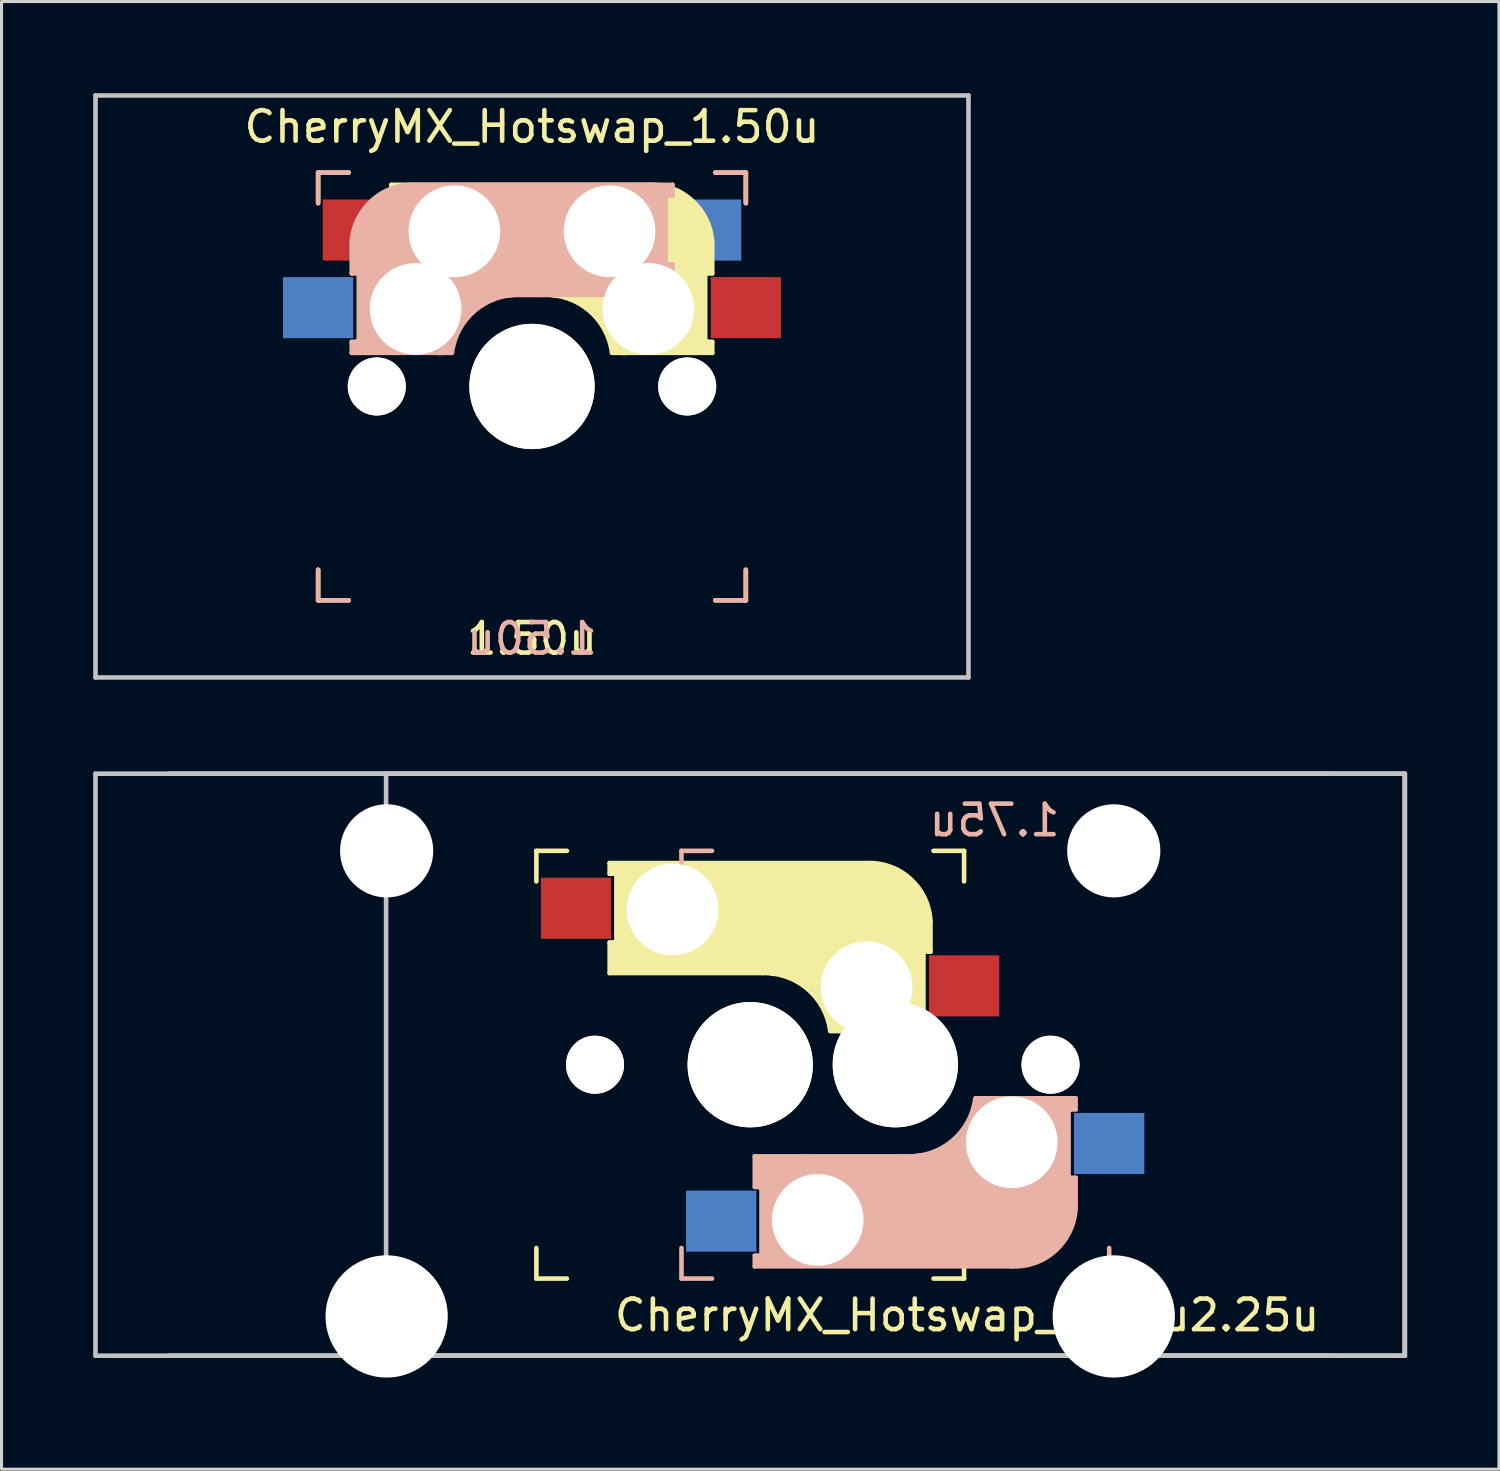
<source format=kicad_pcb>
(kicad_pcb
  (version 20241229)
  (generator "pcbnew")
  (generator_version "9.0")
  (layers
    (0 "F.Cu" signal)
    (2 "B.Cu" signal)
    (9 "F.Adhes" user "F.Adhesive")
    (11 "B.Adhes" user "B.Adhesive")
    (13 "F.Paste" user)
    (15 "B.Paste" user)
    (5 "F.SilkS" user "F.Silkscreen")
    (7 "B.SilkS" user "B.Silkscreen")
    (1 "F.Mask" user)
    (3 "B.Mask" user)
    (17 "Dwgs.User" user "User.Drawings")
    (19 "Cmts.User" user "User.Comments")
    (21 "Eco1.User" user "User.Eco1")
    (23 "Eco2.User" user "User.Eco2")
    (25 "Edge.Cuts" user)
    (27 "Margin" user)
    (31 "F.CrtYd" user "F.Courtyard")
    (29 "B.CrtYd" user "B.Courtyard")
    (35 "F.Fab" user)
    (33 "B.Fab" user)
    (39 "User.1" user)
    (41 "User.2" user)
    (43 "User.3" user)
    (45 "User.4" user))
  (footprint "CherryMX_Hotswap_1.75u2.25u"
    (layer "F.Cu")
    (at 21.506 31.8)
    (property "Reference" "CherryMX_Hotswap_1.75u2.25u" (at 7.1 8.2 0) (layer "F.SilkS") (effects (font (size 1 1) (thickness 0.15))))
    (attr through_hole)
    (fp_line (start -7 -7) (end -6 -7) (stroke (width 0.15) (type solid)) (layer "F.SilkS"))
    (fp_line (start -7 -6) (end -7 -7) (stroke (width 0.15) (type solid)) (layer "F.SilkS"))
    (fp_line (start -7 6) (end -7 7) (stroke (width 0.15) (type solid)) (layer "F.SilkS"))
    (fp_line (start -7 7) (end -6 7) (stroke (width 0.15) (type solid)) (layer "F.SilkS"))
    (fp_line (start -4.6 -6.6) (end 3.8 -6.6) (stroke (width 0.15) (type solid)) (layer "F.SilkS"))
    (fp_line (start -4.6 -6.25) (end -4.6 -6.6) (stroke (width 0.15) (type solid)) (layer "F.SilkS"))
    (fp_line (start -4.6 -4) (end -4.4 -4) (stroke (width 0.15) (type solid)) (layer "F.SilkS"))
    (fp_line (start -4.6 -3) (end -4.6 -4) (stroke (width 0.15) (type solid)) (layer "F.SilkS"))
    (fp_line (start -4.4 -6.4) (end -3 -6.4) (stroke (width 0.4) (type solid)) (layer "F.SilkS"))
    (fp_line (start -4.4 -6.25) (end -4.6 -6.25) (stroke (width 0.15) (type solid)) (layer "F.SilkS"))
    (fp_line (start -4.4 -3.9) (end -4.4 -3.2) (stroke (width 0.4) (type solid)) (layer "F.SilkS"))
    (fp_line (start -4.38 -4) (end -4.38 -6.25) (stroke (width 0.15) (type solid)) (layer "F.SilkS"))
    (fp_line (start -4.3 -3.3) (end -2.9 -3.3) (stroke (width 0.5) (type solid)) (layer "F.SilkS"))
    (fp_line (start -3.9 -6) (end -3.9 -3.5) (stroke (width 1) (type solid)) (layer "F.SilkS"))
    (fp_line (start -2.6 -4.8) (end 4.1 -4.8) (stroke (width 3.5) (type solid)) (layer "F.SilkS"))
    (fp_line (start 0.4 -3) (end -4.6 -3) (stroke (width 0.15) (type solid)) (layer "F.SilkS"))
    (fp_line (start 4.17 -5.1) (end 4.17 -2.86) (stroke (width 3) (type solid)) (layer "F.SilkS"))
    (fp_line (start 5.3 -1.6) (end 5.3 -3.4) (stroke (width 0.8) (type solid)) (layer "F.SilkS"))
    (fp_line (start 5.67 -3.7) (end 5.67 -1.46) (stroke (width 0.15) (type solid)) (layer "F.SilkS"))
    (fp_line (start 5.7 -1.46) (end 5.9 -1.46) (stroke (width 0.15) (type solid)) (layer "F.SilkS"))
    (fp_line (start 5.7 -1.3) (end 3 -1.3) (stroke (width 0.5) (type solid)) (layer "F.SilkS"))
    (fp_line (start 5.8 -3.8) (end 5.8 -4.7) (stroke (width 0.3) (type solid)) (layer "F.SilkS"))
    (fp_line (start 5.9 -4.7) (end 5.9 -3.7) (stroke (width 0.15) (type solid)) (layer "F.SilkS"))
    (fp_line (start 5.9 -3.7) (end 5.7 -3.7) (stroke (width 0.15) (type solid)) (layer "F.SilkS"))
    (fp_line (start 5.9 -1.1) (end 2.62 -1.1) (stroke (width 0.15) (type solid)) (layer "F.SilkS"))
    (fp_line (start 5.9 -1.1) (end 5.9 -1.46) (stroke (width 0.15) (type solid)) (layer "F.SilkS"))
    (fp_line (start 6 7) (end 7 7) (stroke (width 0.15) (type solid)) (layer "F.SilkS"))
    (fp_line (start 7 -7) (end 6 -7) (stroke (width 0.15) (type solid)) (layer "F.SilkS"))
    (fp_line (start 7 -7) (end 7 -6) (stroke (width 0.15) (type solid)) (layer "F.SilkS"))
    (fp_line (start 7 7) (end 7 6) (stroke (width 0.15) (type solid)) (layer "F.SilkS"))
    (fp_arc (start 0.4 -3) (mid 1.868709 -2.486118) (end 2.616318 -1.121471) (stroke (width 0.15) (type solid)) (layer "F.SilkS"))
    (fp_arc (start 0.8 -3.4) (mid 2.268709 -2.886118) (end 3.016318 -1.521471) (stroke (width 1) (type solid)) (layer "F.SilkS"))
    (fp_arc (start 3.8 -6.600001) (mid 5.243504 -6.084925) (end 5.900001 -4.7) (stroke (width 0.15) (type solid)) (layer "F.SilkS"))
    (fp_line (start -2.25 -7) (end -2.25 -6) (stroke (width 0.15) (type solid)) (layer "B.SilkS"))
    (fp_line (start -2.25 7) (end -2.25 6) (stroke (width 0.15) (type solid)) (layer "B.SilkS"))
    (fp_line (start -2.25 7) (end -1.25 7) (stroke (width 0.15) (type solid)) (layer "B.SilkS"))
    (fp_line (start -1.25 -7) (end -2.25 -7) (stroke (width 0.15) (type solid)) (layer "B.SilkS"))
    (fp_line (start 0.15 3) (end 0.15 4) (stroke (width 0.15) (type solid)) (layer "B.SilkS"))
    (fp_line (start 0.15 4) (end 0.35 4) (stroke (width 0.15) (type solid)) (layer "B.SilkS"))
    (fp_line (start 0.15 6.25) (end 0.15 6.6) (stroke (width 0.15) (type solid)) (layer "B.SilkS"))
    (fp_line (start 0.15 6.6) (end 8.55 6.6) (stroke (width 0.15) (type solid)) (layer "B.SilkS"))
    (fp_line (start 0.35 3.9) (end 0.35 3.2) (stroke (width 0.4) (type solid)) (layer "B.SilkS"))
    (fp_line (start 0.35 6.25) (end 0.15 6.25) (stroke (width 0.15) (type solid)) (layer "B.SilkS"))
    (fp_line (start 0.35 6.4) (end 1.75 6.4) (stroke (width 0.4) (type solid)) (layer "B.SilkS"))
    (fp_line (start 0.37 4) (end 0.37 6.25) (stroke (width 0.15) (type solid)) (layer "B.SilkS"))
    (fp_line (start 0.45 3.3) (end 1.85 3.3) (stroke (width 0.5) (type solid)) (layer "B.SilkS"))
    (fp_line (start 0.85 6) (end 0.85 3.5) (stroke (width 1) (type solid)) (layer "B.SilkS"))
    (fp_line (start 2.15 4.8) (end 8.85 4.8) (stroke (width 3.5) (type solid)) (layer "B.SilkS"))
    (fp_line (start 5.15 3) (end 0.15 3) (stroke (width 0.15) (type solid)) (layer "B.SilkS"))
    (fp_line (start 8.92 5.1) (end 8.92 2.86) (stroke (width 3) (type solid)) (layer "B.SilkS"))
    (fp_line (start 10.05 1.6) (end 10.05 3.4) (stroke (width 0.8) (type solid)) (layer "B.SilkS"))
    (fp_line (start 10.42 3.7) (end 10.42 1.46) (stroke (width 0.15) (type solid)) (layer "B.SilkS"))
    (fp_line (start 10.45 1.3) (end 7.75 1.3) (stroke (width 0.5) (type solid)) (layer "B.SilkS"))
    (fp_line (start 10.45 1.46) (end 10.65 1.46) (stroke (width 0.15) (type solid)) (layer "B.SilkS"))
    (fp_line (start 10.55 3.8) (end 10.55 4.7) (stroke (width 0.3) (type solid)) (layer "B.SilkS"))
    (fp_line (start 10.65 1.1) (end 7.37 1.1) (stroke (width 0.15) (type solid)) (layer "B.SilkS"))
    (fp_line (start 10.65 1.1) (end 10.65 1.46) (stroke (width 0.15) (type solid)) (layer "B.SilkS"))
    (fp_line (start 10.65 3.7) (end 10.45 3.7) (stroke (width 0.15) (type solid)) (layer "B.SilkS"))
    (fp_line (start 10.65 4.7) (end 10.65 3.7) (stroke (width 0.15) (type solid)) (layer "B.SilkS"))
    (fp_line (start 11.75 -7) (end 10.75 -7) (stroke (width 0.15) (type solid)) (layer "B.SilkS"))
    (fp_line (start 11.75 -6) (end 11.75 -7) (stroke (width 0.15) (type solid)) (layer "B.SilkS"))
    (fp_line (start 11.75 6) (end 11.75 7) (stroke (width 0.15) (type solid)) (layer "B.SilkS"))
    (fp_line (start 11.75 7) (end 10.75 7) (stroke (width 0.15) (type solid)) (layer "B.SilkS"))
    (fp_arc (start 7.366318 1.121471) (mid 6.618709 2.486118) (end 5.15 3) (stroke (width 0.15) (type solid)) (layer "B.SilkS"))
    (fp_arc (start 7.766318 1.521471) (mid 7.018709 2.886118) (end 5.55 3.4) (stroke (width 1) (type solid)) (layer "B.SilkS"))
    (fp_arc (start 10.65 4.699999) (mid 9.993504 6.084924) (end 8.550001 6.6) (stroke (width 0.15) (type solid)) (layer "B.SilkS"))
    (fp_line (start -21.431 -9.525) (end 21.431 -9.525) (stroke (width 0.15) (type solid)) (layer "Dwgs.User"))
    (fp_line (start -21.431 9.525) (end -21.431 -9.525) (stroke (width 0.15) (type solid)) (layer "Dwgs.User"))
    (fp_line (start -19.05 -9.525) (end 19.05 -9.525) (stroke (width 0.15) (type solid)) (layer "Dwgs.User"))
    (fp_line (start -11.919 -9.525) (end 21.419 -9.525) (stroke (width 0.15) (type solid)) (layer "Dwgs.User"))
    (fp_line (start -11.919 9.525) (end -11.919 -9.525) (stroke (width 0.15) (type solid)) (layer "Dwgs.User"))
    (fp_line (start 19.05 9.525) (end -19.05 9.525) (stroke (width 0.15) (type solid)) (layer "Dwgs.User"))
    (fp_line (start 21.419 -9.525) (end 21.419 9.525) (stroke (width 0.15) (type solid)) (layer "Dwgs.User"))
    (fp_line (start 21.419 9.525) (end -11.919 9.525) (stroke (width 0.15) (type solid)) (layer "Dwgs.User"))
    (fp_line (start 21.431 -9.525) (end 21.431 9.525) (stroke (width 0.15) (type solid)) (layer "Dwgs.User"))
    (fp_line (start 21.431 9.525) (end -21.431 9.525) (stroke (width 0.15) (type solid)) (layer "Dwgs.User"))
    (fp_text user "1.75u" (at 8 -8 180) (layer "B.SilkS") (effects (font (size 1 1) (thickness 0.15)) (justify mirror)))
    (pad "" np_thru_hole circle (at -11.9 -7) (size 3.05 3.05) (drill 3.05) (layers "*.Cu" "*.Mask"))
    (pad "" np_thru_hole circle (at -11.9 8.24) (size 4 4) (drill 4) (layers "*.Cu" "*.Mask"))
    (pad "" np_thru_hole circle (at -5.08 0) (size 1.9 1.9) (drill 1.9) (layers "*.Cu" "*.Mask" "F.SilkS"))
    (pad "" np_thru_hole circle (at -2.54 -5.08 180) (size 3 3) (drill 3) (layers "*.Cu" "*.Mask"))
    (pad "" np_thru_hole circle (at -0.33 0 180) (size 1.9 1.9) (drill 1.9) (layers "*.Cu" "*.Mask" "F.SilkS"))
    (pad "" np_thru_hole circle (at 0 0 90) (size 4.1 4.1) (drill 4.1) (layers "*.Cu" "*.Mask" "F.SilkS"))
    (pad "" np_thru_hole circle (at 2.21 5.08) (size 3 3) (drill 3) (layers "*.Cu" "*.Mask"))
    (pad "" np_thru_hole circle (at 3.81 -2.54 180) (size 3 3) (drill 3) (layers "*.Cu" "*.Mask"))
    (pad "" np_thru_hole circle (at 4.75 0 270) (size 4.1 4.1) (drill 4.1) (layers "*.Cu" "*.Mask" "F.SilkS"))
    (pad "" np_thru_hole circle (at 5.08 0) (size 1.9 1.9) (drill 1.9) (layers "*.Cu" "*.Mask" "F.SilkS"))
    (pad "" np_thru_hole circle (at 8.56 2.54) (size 3 3) (drill 3) (layers "*.Cu" "*.Mask"))
    (pad "" np_thru_hole circle (at 9.83 0 180) (size 1.9 1.9) (drill 1.9) (layers "*.Cu" "*.Mask" "F.SilkS"))
    (pad "" np_thru_hole circle (at 11.9 -7) (size 3.05 3.05) (drill 3.05) (layers "*.Cu" "*.Mask"))
    (pad "" np_thru_hole circle (at 11.9 8.24) (size 4 4) (drill 4) (layers "*.Cu" "*.Mask"))
    (pad "1" smd rect (at 7 -2.58 180) (size 2.3 2) (layers "F.Cu" "F.Mask" "F.Paste"))
    (pad "1" smd rect (at 11.75 2.58) (size 2.3 2) (layers "B.Cu" "B.Mask" "B.Paste"))
    (pad "2" smd rect (at -5.7 -5.12 180) (size 2.3 2) (layers "F.Cu" "F.Mask" "F.Paste"))
    (pad "2" smd rect (at -0.95 5.12) (size 2.3 2) (layers "B.Cu" "B.Mask" "B.Paste")))
  (footprint "CherryMX_Hotswap_1.50u"
    (layer "F.Cu")
    (at 14.363 9.6)
    (property "Reference" "CherryMX_Hotswap_1.50u" (at 0 -8.5 0) (layer "F.SilkS") (effects (font (size 1 1) (thickness 0.15))))
    (attr through_hole)
    (fp_line (start -7 -7) (end -6 -7) (stroke (width 0.15) (type solid)) (layer "F.SilkS"))
    (fp_line (start -7 -6) (end -7 -7) (stroke (width 0.15) (type solid)) (layer "F.SilkS"))
    (fp_line (start -7 6) (end -7 7) (stroke (width 0.15) (type solid)) (layer "F.SilkS"))
    (fp_line (start -7 7) (end -6 7) (stroke (width 0.15) (type solid)) (layer "F.SilkS"))
    (fp_line (start -4.6 -6.6) (end 3.8 -6.6) (stroke (width 0.15) (type solid)) (layer "F.SilkS"))
    (fp_line (start -4.6 -6.25) (end -4.6 -6.6) (stroke (width 0.15) (type solid)) (layer "F.SilkS"))
    (fp_line (start -4.6 -4) (end -4.4 -4) (stroke (width 0.15) (type solid)) (layer "F.SilkS"))
    (fp_line (start -4.6 -3) (end -4.6 -4) (stroke (width 0.15) (type solid)) (layer "F.SilkS"))
    (fp_line (start -4.4 -6.4) (end -3 -6.4) (stroke (width 0.4) (type solid)) (layer "F.SilkS"))
    (fp_line (start -4.4 -6.25) (end -4.6 -6.25) (stroke (width 0.15) (type solid)) (layer "F.SilkS"))
    (fp_line (start -4.4 -3.9) (end -4.4 -3.2) (stroke (width 0.4) (type solid)) (layer "F.SilkS"))
    (fp_line (start -4.38 -4) (end -4.38 -6.25) (stroke (width 0.15) (type solid)) (layer "F.SilkS"))
    (fp_line (start -4.3 -3.3) (end -2.9 -3.3) (stroke (width 0.5) (type solid)) (layer "F.SilkS"))
    (fp_line (start -3.9 -6) (end -3.9 -3.5) (stroke (width 1) (type solid)) (layer "F.SilkS"))
    (fp_line (start -2.6 -4.8) (end 4.1 -4.8) (stroke (width 3.5) (type solid)) (layer "F.SilkS"))
    (fp_line (start 0.4 -3) (end -4.6 -3) (stroke (width 0.15) (type solid)) (layer "F.SilkS"))
    (fp_line (start 4.17 -5.1) (end 4.17 -2.86) (stroke (width 3) (type solid)) (layer "F.SilkS"))
    (fp_line (start 5.3 -1.6) (end 5.3 -3.4) (stroke (width 0.8) (type solid)) (layer "F.SilkS"))
    (fp_line (start 5.67 -3.7) (end 5.67 -1.46) (stroke (width 0.15) (type solid)) (layer "F.SilkS"))
    (fp_line (start 5.7 -1.46) (end 5.9 -1.46) (stroke (width 0.15) (type solid)) (layer "F.SilkS"))
    (fp_line (start 5.7 -1.3) (end 3 -1.3) (stroke (width 0.5) (type solid)) (layer "F.SilkS"))
    (fp_line (start 5.8 -3.8) (end 5.8 -4.7) (stroke (width 0.3) (type solid)) (layer "F.SilkS"))
    (fp_line (start 5.9 -4.7) (end 5.9 -3.7) (stroke (width 0.15) (type solid)) (layer "F.SilkS"))
    (fp_line (start 5.9 -3.7) (end 5.7 -3.7) (stroke (width 0.15) (type solid)) (layer "F.SilkS"))
    (fp_line (start 5.9 -1.1) (end 2.62 -1.1) (stroke (width 0.15) (type solid)) (layer "F.SilkS"))
    (fp_line (start 5.9 -1.1) (end 5.9 -1.46) (stroke (width 0.15) (type solid)) (layer "F.SilkS"))
    (fp_line (start 6 7) (end 7 7) (stroke (width 0.15) (type solid)) (layer "F.SilkS"))
    (fp_line (start 7 -7) (end 6 -7) (stroke (width 0.15) (type solid)) (layer "F.SilkS"))
    (fp_line (start 7 -7) (end 7 -6) (stroke (width 0.15) (type solid)) (layer "F.SilkS"))
    (fp_line (start 7 7) (end 7 6) (stroke (width 0.15) (type solid)) (layer "F.SilkS"))
    (fp_arc (start 0.4 -3) (mid 1.868709 -2.486118) (end 2.616318 -1.121471) (stroke (width 0.15) (type solid)) (layer "F.SilkS"))
    (fp_arc (start 0.8 -3.4) (mid 2.268709 -2.886118) (end 3.016318 -1.521471) (stroke (width 1) (type solid)) (layer "F.SilkS"))
    (fp_arc (start 3.8 -6.600001) (mid 5.243504 -6.084925) (end 5.900001 -4.7) (stroke (width 0.15) (type solid)) (layer "F.SilkS"))
    (fp_line (start -7 -7) (end -6 -7) (stroke (width 0.15) (type solid)) (layer "B.SilkS"))
    (fp_line (start -7 -6) (end -7 -7) (stroke (width 0.15) (type solid)) (layer "B.SilkS"))
    (fp_line (start -7 6) (end -7 7) (stroke (width 0.15) (type solid)) (layer "B.SilkS"))
    (fp_line (start -7 7) (end -6 7) (stroke (width 0.15) (type solid)) (layer "B.SilkS"))
    (fp_line (start -5.9 -4.7) (end -5.9 -3.7) (stroke (width 0.15) (type solid)) (layer "B.SilkS"))
    (fp_line (start -5.9 -3.7) (end -5.7 -3.7) (stroke (width 0.15) (type solid)) (layer "B.SilkS"))
    (fp_line (start -5.9 -1.1) (end -5.9 -1.46) (stroke (width 0.15) (type solid)) (layer "B.SilkS"))
    (fp_line (start -5.9 -1.1) (end -2.62 -1.1) (stroke (width 0.15) (type solid)) (layer "B.SilkS"))
    (fp_line (start -5.8 -3.8) (end -5.8 -4.7) (stroke (width 0.3) (type solid)) (layer "B.SilkS"))
    (fp_line (start -5.7 -1.46) (end -5.9 -1.46) (stroke (width 0.15) (type solid)) (layer "B.SilkS"))
    (fp_line (start -5.7 -1.3) (end -3 -1.3) (stroke (width 0.5) (type solid)) (layer "B.SilkS"))
    (fp_line (start -5.67 -3.7) (end -5.67 -1.46) (stroke (width 0.15) (type solid)) (layer "B.SilkS"))
    (fp_line (start -5.3 -1.6) (end -5.3 -3.4) (stroke (width 0.8) (type solid)) (layer "B.SilkS"))
    (fp_line (start -4.17 -5.1) (end -4.17 -2.86) (stroke (width 3) (type solid)) (layer "B.SilkS"))
    (fp_line (start -0.4 -3) (end 4.6 -3) (stroke (width 0.15) (type solid)) (layer "B.SilkS"))
    (fp_line (start 2.6 -4.8) (end -4.1 -4.8) (stroke (width 3.5) (type solid)) (layer "B.SilkS"))
    (fp_line (start 3.9 -6) (end 3.9 -3.5) (stroke (width 1) (type solid)) (layer "B.SilkS"))
    (fp_line (start 4.3 -3.3) (end 2.9 -3.3) (stroke (width 0.5) (type solid)) (layer "B.SilkS"))
    (fp_line (start 4.38 -4) (end 4.38 -6.25) (stroke (width 0.15) (type solid)) (layer "B.SilkS"))
    (fp_line (start 4.4 -6.4) (end 3 -6.4) (stroke (width 0.4) (type solid)) (layer "B.SilkS"))
    (fp_line (start 4.4 -6.25) (end 4.6 -6.25) (stroke (width 0.15) (type solid)) (layer "B.SilkS"))
    (fp_line (start 4.4 -3.9) (end 4.4 -3.2) (stroke (width 0.4) (type solid)) (layer "B.SilkS"))
    (fp_line (start 4.6 -6.6) (end -3.8 -6.6) (stroke (width 0.15) (type solid)) (layer "B.SilkS"))
    (fp_line (start 4.6 -6.25) (end 4.6 -6.6) (stroke (width 0.15) (type solid)) (layer "B.SilkS"))
    (fp_line (start 4.6 -4) (end 4.4 -4) (stroke (width 0.15) (type solid)) (layer "B.SilkS"))
    (fp_line (start 4.6 -3) (end 4.6 -4) (stroke (width 0.15) (type solid)) (layer "B.SilkS"))
    (fp_line (start 6 7) (end 7 7) (stroke (width 0.15) (type solid)) (layer "B.SilkS"))
    (fp_line (start 7 -7) (end 6 -7) (stroke (width 0.15) (type solid)) (layer "B.SilkS"))
    (fp_line (start 7 -7) (end 7 -6) (stroke (width 0.15) (type solid)) (layer "B.SilkS"))
    (fp_line (start 7 7) (end 7 6) (stroke (width 0.15) (type solid)) (layer "B.SilkS"))
    (fp_arc (start -5.9 -4.699999) (mid -5.243504 -6.084924) (end -3.800001 -6.6) (stroke (width 0.15) (type solid)) (layer "B.SilkS"))
    (fp_arc (start -3.016318 -1.521471) (mid -2.268709 -2.886118) (end -0.8 -3.4) (stroke (width 1) (type solid)) (layer "B.SilkS"))
    (fp_arc (start -2.616318 -1.121471) (mid -1.868709 -2.486118) (end -0.4 -3) (stroke (width 0.15) (type solid)) (layer "B.SilkS"))
    (fp_line (start -14.287 -9.525) (end 14.287 -9.525) (stroke (width 0.15) (type solid)) (layer "Dwgs.User"))
    (fp_line (start -14.287 9.525) (end -14.287 -9.525) (stroke (width 0.15) (type solid)) (layer "Dwgs.User"))
    (fp_line (start 14.287 -9.525) (end 14.287 9.525) (stroke (width 0.15) (type solid)) (layer "Dwgs.User"))
    (fp_line (start 14.287 9.525) (end -14.287 9.525) (stroke (width 0.15) (type solid)) (layer "Dwgs.User"))
    (fp_text user "1.50u" (at 0 8.255 0) (layer "F.SilkS") (effects (font (size 1 1) (thickness 0.15))))
    (fp_text user "1.50u" (at 0 8.255 0) (layer "B.SilkS") (effects (font (size 1 1) (thickness 0.15)) (justify mirror)))
    (pad "" np_thru_hole circle (at -5.08 0) (size 1.9 1.9) (drill 1.9) (layers "*.Cu" "*.Mask" "F.SilkS"))
    (pad "" np_thru_hole circle (at -3.81 -2.54 180) (size 3 3) (drill 3) (layers "*.Cu" "*.Mask"))
    (pad "" np_thru_hole circle (at -2.54 -5.08 180) (size 3 3) (drill 3) (layers "*.Cu" "*.Mask"))
    (pad "" np_thru_hole circle (at 0 0 90) (size 4.1 4.1) (drill 4.1) (layers "*.Cu" "*.Mask" "F.SilkS"))
    (pad "" np_thru_hole circle (at 2.54 -5.08 180) (size 3 3) (drill 3) (layers "*.Cu" "*.Mask"))
    (pad "" np_thru_hole circle (at 3.81 -2.54 180) (size 3 3) (drill 3) (layers "*.Cu" "*.Mask"))
    (pad "" np_thru_hole circle (at 5.08 0) (size 1.9 1.9) (drill 1.9) (layers "*.Cu" "*.Mask" "F.SilkS"))
    (pad "1" smd rect (at -7 -2.58 180) (size 2.3 2) (layers "B.Cu" "B.Mask" "B.Paste"))
    (pad "1" smd rect (at 7 -2.58 180) (size 2.3 2) (layers "F.Cu" "F.Mask" "F.Paste"))
    (pad "2" smd rect (at -5.7 -5.12 180) (size 2.3 2) (layers "F.Cu" "F.Mask" "F.Paste"))
    (pad "2" smd rect (at 5.7 -5.12 180) (size 2.3 2) (layers "B.Cu" "B.Mask" "B.Paste")))
  (gr_rect
    (start -3 -3)
    (end 46.013 45.04)
    (stroke (width 0.1) (type default))
    (fill no)
    (layer "Edge.Cuts")))
</source>
